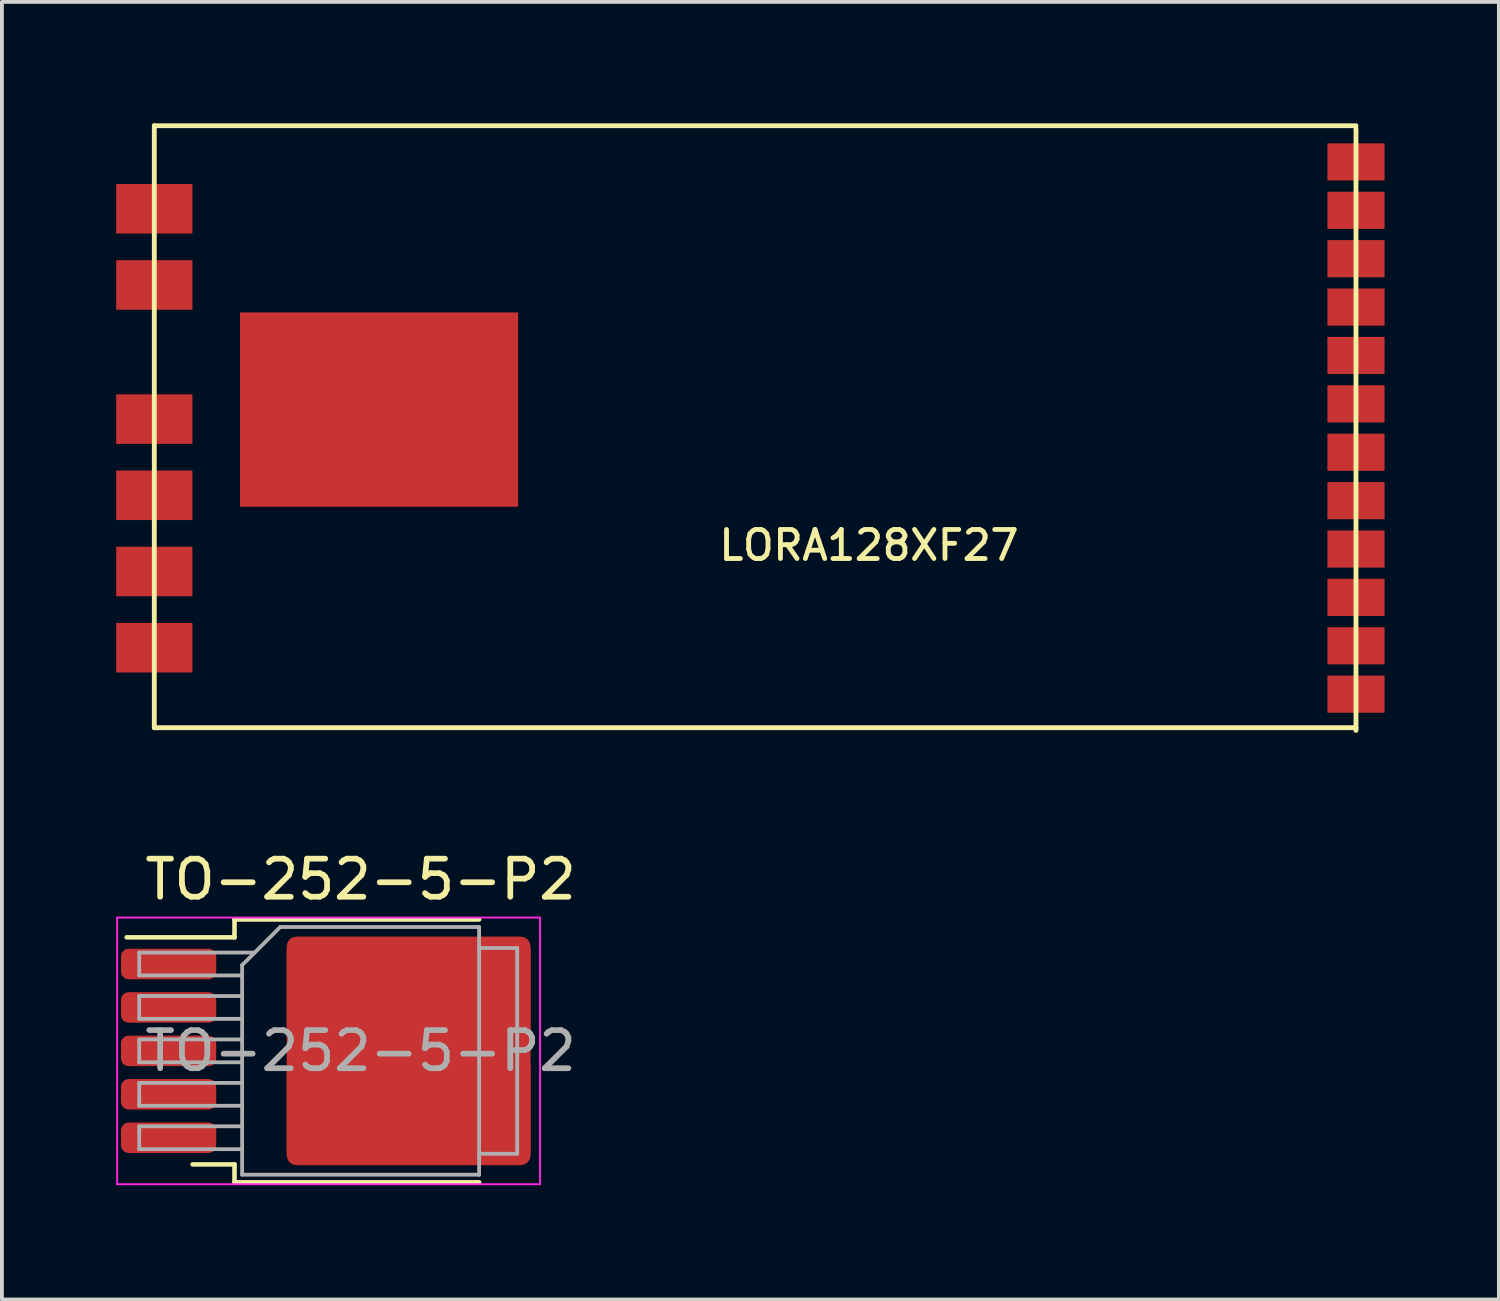
<source format=kicad_pcb>
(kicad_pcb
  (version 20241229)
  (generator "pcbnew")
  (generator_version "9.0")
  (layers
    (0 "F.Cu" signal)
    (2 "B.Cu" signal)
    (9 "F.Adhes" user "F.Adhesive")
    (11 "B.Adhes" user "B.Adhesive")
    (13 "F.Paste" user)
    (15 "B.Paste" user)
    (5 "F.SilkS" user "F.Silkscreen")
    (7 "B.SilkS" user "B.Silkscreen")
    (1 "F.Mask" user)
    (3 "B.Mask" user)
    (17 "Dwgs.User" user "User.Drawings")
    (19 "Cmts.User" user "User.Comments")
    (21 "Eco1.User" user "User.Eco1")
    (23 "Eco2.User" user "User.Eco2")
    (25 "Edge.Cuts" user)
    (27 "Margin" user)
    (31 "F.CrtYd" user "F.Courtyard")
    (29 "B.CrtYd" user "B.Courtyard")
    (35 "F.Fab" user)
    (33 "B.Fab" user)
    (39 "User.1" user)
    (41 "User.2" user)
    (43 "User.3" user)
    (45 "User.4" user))
  (footprint "LORA128XF27"
    (layer "F.Cu")
    (at 1 0.25)
    (property "Reference" "LORA128XF27" (at 14.754 10.567 0) (layer "F.SilkS") (effects (font (size 0.762 0.762) (thickness 0.127)) (justify left top)))
    (attr through_hole)
    (fp_line (start 0 0) (end 0 15.8) (stroke (width 0.127) (type solid)) (layer "F.SilkS"))
    (fp_line (start 31.54 0) (end 0 0) (stroke (width 0.127) (type solid)) (layer "F.SilkS"))
    (fp_line (start 31.54 0.07) (end 31.54 15.87) (stroke (width 0.127) (type solid)) (layer "F.SilkS"))
    (fp_line (start 31.54 15.8) (end 0 15.8) (stroke (width 0.127) (type solid)) (layer "F.SilkS"))
    (pad "1" smd rect (at 31.54 0.95 180) (size 1.5 0.975) (layers "F.Cu" "F.Mask" "F.Paste"))
    (pad "2" smd rect (at 31.54 2.22 180) (size 1.5 0.975) (layers "F.Cu" "F.Mask" "F.Paste"))
    (pad "3" smd rect (at 31.54 3.49 180) (size 1.5 0.975) (layers "F.Cu" "F.Mask" "F.Paste"))
    (pad "4" smd rect (at 31.54 4.76 180) (size 1.5 0.975) (layers "F.Cu" "F.Mask" "F.Paste"))
    (pad "5" smd rect (at 31.54 6.03 180) (size 1.5 0.975) (layers "F.Cu" "F.Mask" "F.Paste"))
    (pad "6" smd rect (at 31.54 7.3 180) (size 1.5 0.975) (layers "F.Cu" "F.Mask" "F.Paste"))
    (pad "7" smd rect (at 31.54 8.57 180) (size 1.5 0.975) (layers "F.Cu" "F.Mask" "F.Paste"))
    (pad "8" smd rect (at 31.54 9.84 180) (size 1.5 0.975) (layers "F.Cu" "F.Mask" "F.Paste"))
    (pad "9" smd rect (at 31.54 11.11 180) (size 1.5 0.975) (layers "F.Cu" "F.Mask" "F.Paste"))
    (pad "10" smd rect (at 31.54 12.38 180) (size 1.5 0.975) (layers "F.Cu" "F.Mask" "F.Paste"))
    (pad "11" smd rect (at 31.54 13.65 180) (size 1.5 0.975) (layers "F.Cu" "F.Mask" "F.Paste"))
    (pad "12" smd rect (at 31.54 14.92 180) (size 1.5 0.975) (layers "F.Cu" "F.Mask" "F.Paste"))
    (pad "13" smd rect (at 0 13.7 180) (size 2 1.3) (layers "F.Cu" "F.Mask" "F.Paste"))
    (pad "14" smd rect (at 0 11.7 180) (size 2 1.3) (layers "F.Cu" "F.Mask" "F.Paste"))
    (pad "15" smd rect (at 0 9.7 180) (size 2 1.3) (layers "F.Cu" "F.Mask" "F.Paste"))
    (pad "16" smd rect (at 0 7.7 180) (size 2 1.3) (layers "F.Cu" "F.Mask" "F.Paste"))
    (pad "17" smd rect (at 0 4.18 180) (size 2 1.3) (layers "F.Cu" "F.Mask" "F.Paste"))
    (pad "18" smd rect (at 0 2.18 180) (size 2 1.3) (layers "F.Cu" "F.Mask" "F.Paste"))
    (pad "19" smd rect (at 5.9 7.45 180) (size 7.3 5.1) (layers "F.Cu" "F.Mask")))
  (footprint "TO-252-5-P2"
    (layer "F.Cu")
    (at 6.415 24.532)
    (property "Reference" "TO-252-5-P2" (at 0 -4.5 0) (layer "F.SilkS") (effects (font (size 1 1) (thickness 0.15))))
    (attr smd)
    (fp_line (start -3.31 -3.45) (end -3.31 -2.98) (stroke (width 0.12) (type solid)) (layer "F.SilkS"))
    (fp_line (start -3.31 -2.98) (end -6.14 -2.98) (stroke (width 0.12) (type solid)) (layer "F.SilkS"))
    (fp_line (start -3.31 2.98) (end -4.41 2.98) (stroke (width 0.12) (type solid)) (layer "F.SilkS"))
    (fp_line (start -3.31 3.45) (end -3.31 2.98) (stroke (width 0.12) (type solid)) (layer "F.SilkS"))
    (fp_line (start 3.11 -3.45) (end -3.31 -3.45) (stroke (width 0.12) (type solid)) (layer "F.SilkS"))
    (fp_line (start 3.11 3.45) (end -3.31 3.45) (stroke (width 0.12) (type solid)) (layer "F.SilkS"))
    (fp_line (start -6.39 -3.5) (end -6.39 3.5) (stroke (width 0.05) (type solid)) (layer "F.CrtYd"))
    (fp_line (start -6.39 3.5) (end 4.71 3.5) (stroke (width 0.05) (type solid)) (layer "F.CrtYd"))
    (fp_line (start 4.71 -3.5) (end -6.39 -3.5) (stroke (width 0.05) (type solid)) (layer "F.CrtYd"))
    (fp_line (start 4.71 3.5) (end 4.71 -3.5) (stroke (width 0.05) (type solid)) (layer "F.CrtYd"))
    (fp_line (start -5.81 -2.58) (end -5.81 -1.98) (stroke (width 0.1) (type solid)) (layer "F.Fab"))
    (fp_line (start -5.81 -1.98) (end -3.11 -1.98) (stroke (width 0.1) (type solid)) (layer "F.Fab"))
    (fp_line (start -5.81 -1.44) (end -5.81 -0.84) (stroke (width 0.1) (type solid)) (layer "F.Fab"))
    (fp_line (start -5.81 -0.84) (end -3.11 -0.84) (stroke (width 0.1) (type solid)) (layer "F.Fab"))
    (fp_line (start -5.81 -0.3) (end -5.81 0.3) (stroke (width 0.1) (type solid)) (layer "F.Fab"))
    (fp_line (start -5.81 0.3) (end -3.11 0.3) (stroke (width 0.1) (type solid)) (layer "F.Fab"))
    (fp_line (start -5.81 0.84) (end -5.81 1.44) (stroke (width 0.1) (type solid)) (layer "F.Fab"))
    (fp_line (start -5.81 1.44) (end -3.11 1.44) (stroke (width 0.1) (type solid)) (layer "F.Fab"))
    (fp_line (start -5.81 1.98) (end -5.81 2.58) (stroke (width 0.1) (type solid)) (layer "F.Fab"))
    (fp_line (start -5.81 2.58) (end -3.11 2.58) (stroke (width 0.1) (type solid)) (layer "F.Fab"))
    (fp_line (start -3.11 -2.25) (end -2.11 -3.25) (stroke (width 0.1) (type solid)) (layer "F.Fab"))
    (fp_line (start -3.11 -1.44) (end -5.81 -1.44) (stroke (width 0.1) (type solid)) (layer "F.Fab"))
    (fp_line (start -3.11 -0.3) (end -5.81 -0.3) (stroke (width 0.1) (type solid)) (layer "F.Fab"))
    (fp_line (start -3.11 0.84) (end -5.81 0.84) (stroke (width 0.1) (type solid)) (layer "F.Fab"))
    (fp_line (start -3.11 1.98) (end -5.81 1.98) (stroke (width 0.1) (type solid)) (layer "F.Fab"))
    (fp_line (start -3.11 3.25) (end -3.11 -2.25) (stroke (width 0.1) (type solid)) (layer "F.Fab"))
    (fp_line (start -2.78 -2.58) (end -5.81 -2.58) (stroke (width 0.1) (type solid)) (layer "F.Fab"))
    (fp_line (start -2.11 -3.25) (end 3.11 -3.25) (stroke (width 0.1) (type solid)) (layer "F.Fab"))
    (fp_line (start 3.11 -3.25) (end 3.11 3.25) (stroke (width 0.1) (type solid)) (layer "F.Fab"))
    (fp_line (start 3.11 -2.7) (end 4.11 -2.7) (stroke (width 0.1) (type solid)) (layer "F.Fab"))
    (fp_line (start 3.11 3.25) (end -3.11 3.25) (stroke (width 0.1) (type solid)) (layer "F.Fab"))
    (fp_line (start 4.11 -2.7) (end 4.11 2.7) (stroke (width 0.1) (type solid)) (layer "F.Fab"))
    (fp_line (start 4.11 2.7) (end 3.11 2.7) (stroke (width 0.1) (type solid)) (layer "F.Fab"))
    (fp_text user "${REFERENCE}" (at 0 0 0) (layer "F.Fab") (effects (font (size 1 1) (thickness 0.15))))
    (pad "1" smd roundrect (at -5.04 -2.28) (size 2.5 0.8) (layers "F.Cu" "F.Mask" "F.Paste") (roundrect_rratio 0.25))
    (pad "2" smd roundrect (at -5.04 -1.14) (size 2.5 0.8) (layers "F.Cu" "F.Mask" "F.Paste") (roundrect_rratio 0.25))
    (pad "3" smd roundrect (at -5.04 0) (size 2.5 0.8) (layers "F.Cu" "F.Mask" "F.Paste") (roundrect_rratio 0.25))
    (pad "4" smd roundrect (at -5.04 1.14) (size 2.5 0.8) (layers "F.Cu" "F.Mask" "F.Paste") (roundrect_rratio 0.25))
    (pad "5" smd roundrect (at -5.04 2.28) (size 2.5 0.8) (layers "F.Cu" "F.Mask" "F.Paste") (roundrect_rratio 0.25))
    (pad "6" smd roundrect (at -0.415 -1.525) (size 3.05 2.75) (layers "F.Cu" "F.Paste") (roundrect_rratio 0.091))
    (pad "6" smd roundrect (at -0.415 1.525) (size 3.05 2.75) (layers "F.Cu" "F.Paste") (roundrect_rratio 0.091))
    (pad "6" smd roundrect (at 1.26 0) (size 6.4 6) (layers "F.Cu" "F.Mask") (roundrect_rratio 0.043))
    (pad "6" smd roundrect (at 2.935 -1.525) (size 3.05 2.75) (layers "F.Cu" "F.Paste") (roundrect_rratio 0.091))
    (pad "6" smd roundrect (at 2.935 1.525) (size 3.05 2.75) (layers "F.Cu" "F.Paste") (roundrect_rratio 0.091)))
  (gr_rect
    (start -3 -3)
    (end 36.29 31.057)
    (stroke (width 0.1) (type default))
    (fill no)
    (layer "Edge.Cuts")))
</source>
